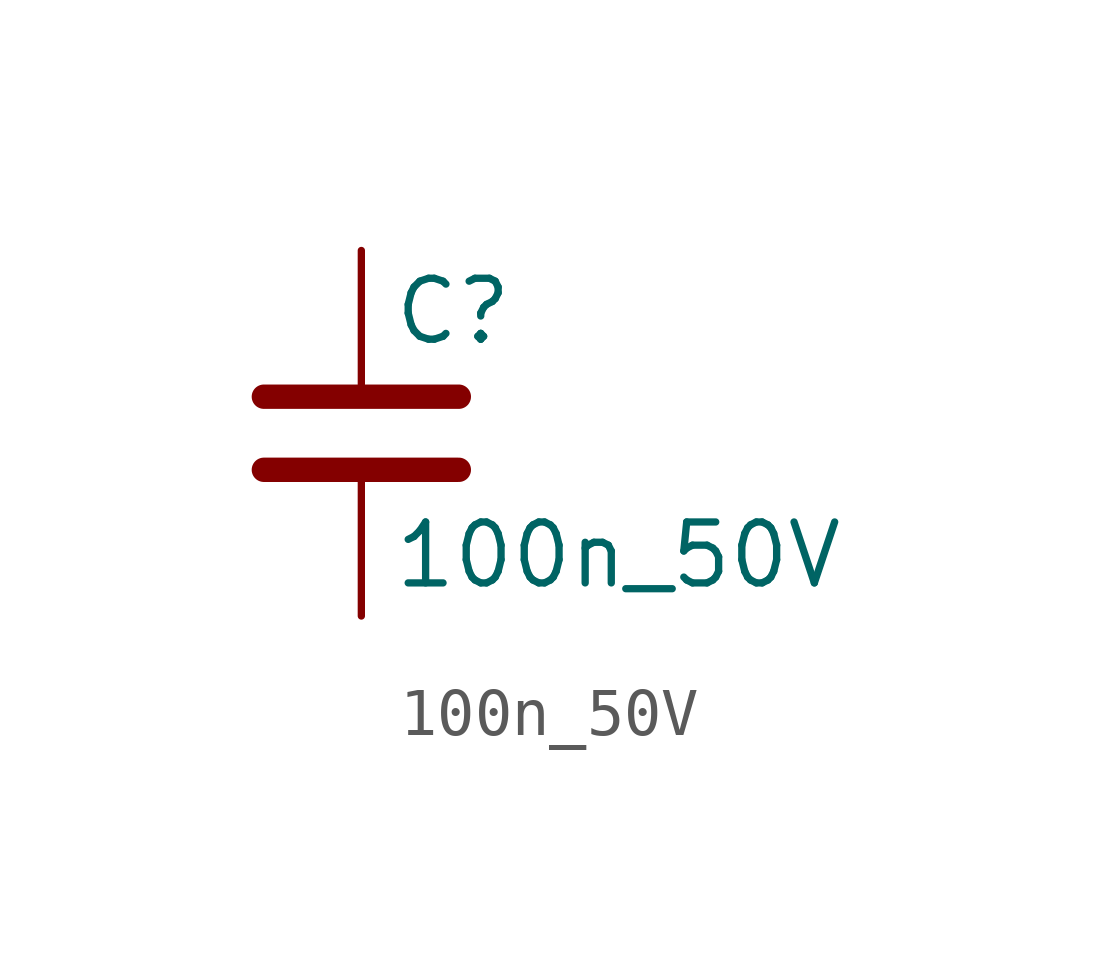
<source format=kicad_sym>
(kicad_symbol_lib
  (version 20220914)
  (generator kicad_db_lib)
  (symbol "100n_50V"
    (pin_numbers hide)
    (pin_names
      (offset 0.254))
    (property "Reference" "C"
      (at 0.635 2.54 0)
      (effects (font (size 1.27 1.27)) (justify left)))
    (property "Value" "100n_50V"
      (at 0.635 -2.54 0)
      (effects (font (size 1.27 1.27)) (justify left)))
    (symbol "100n_50V_0_1"
      (polyline (pts (xy -2.032 -0.762) (xy 2.032 -0.762)) (stroke (width 0.508) (type default)) (fill (type none)))
      (polyline (pts (xy -2.032 0.762) (xy 2.032 0.762)) (stroke (width 0.508) (type default)) (fill (type none))))
    (symbol "100n_50V_1_1"
      (pin passive line (at 0 3.81 270) (length 2.794) (name "~" (effects (font (size 1.27 1.27)))) (number "1" (effects (font (size 1.27 1.27)))))
      (pin passive line (at 0 -3.81 90) (length 2.794) (name "~" (effects (font (size 1.27 1.27)))) (number "2" (effects (font (size 1.27 1.27))))))))
</source>
